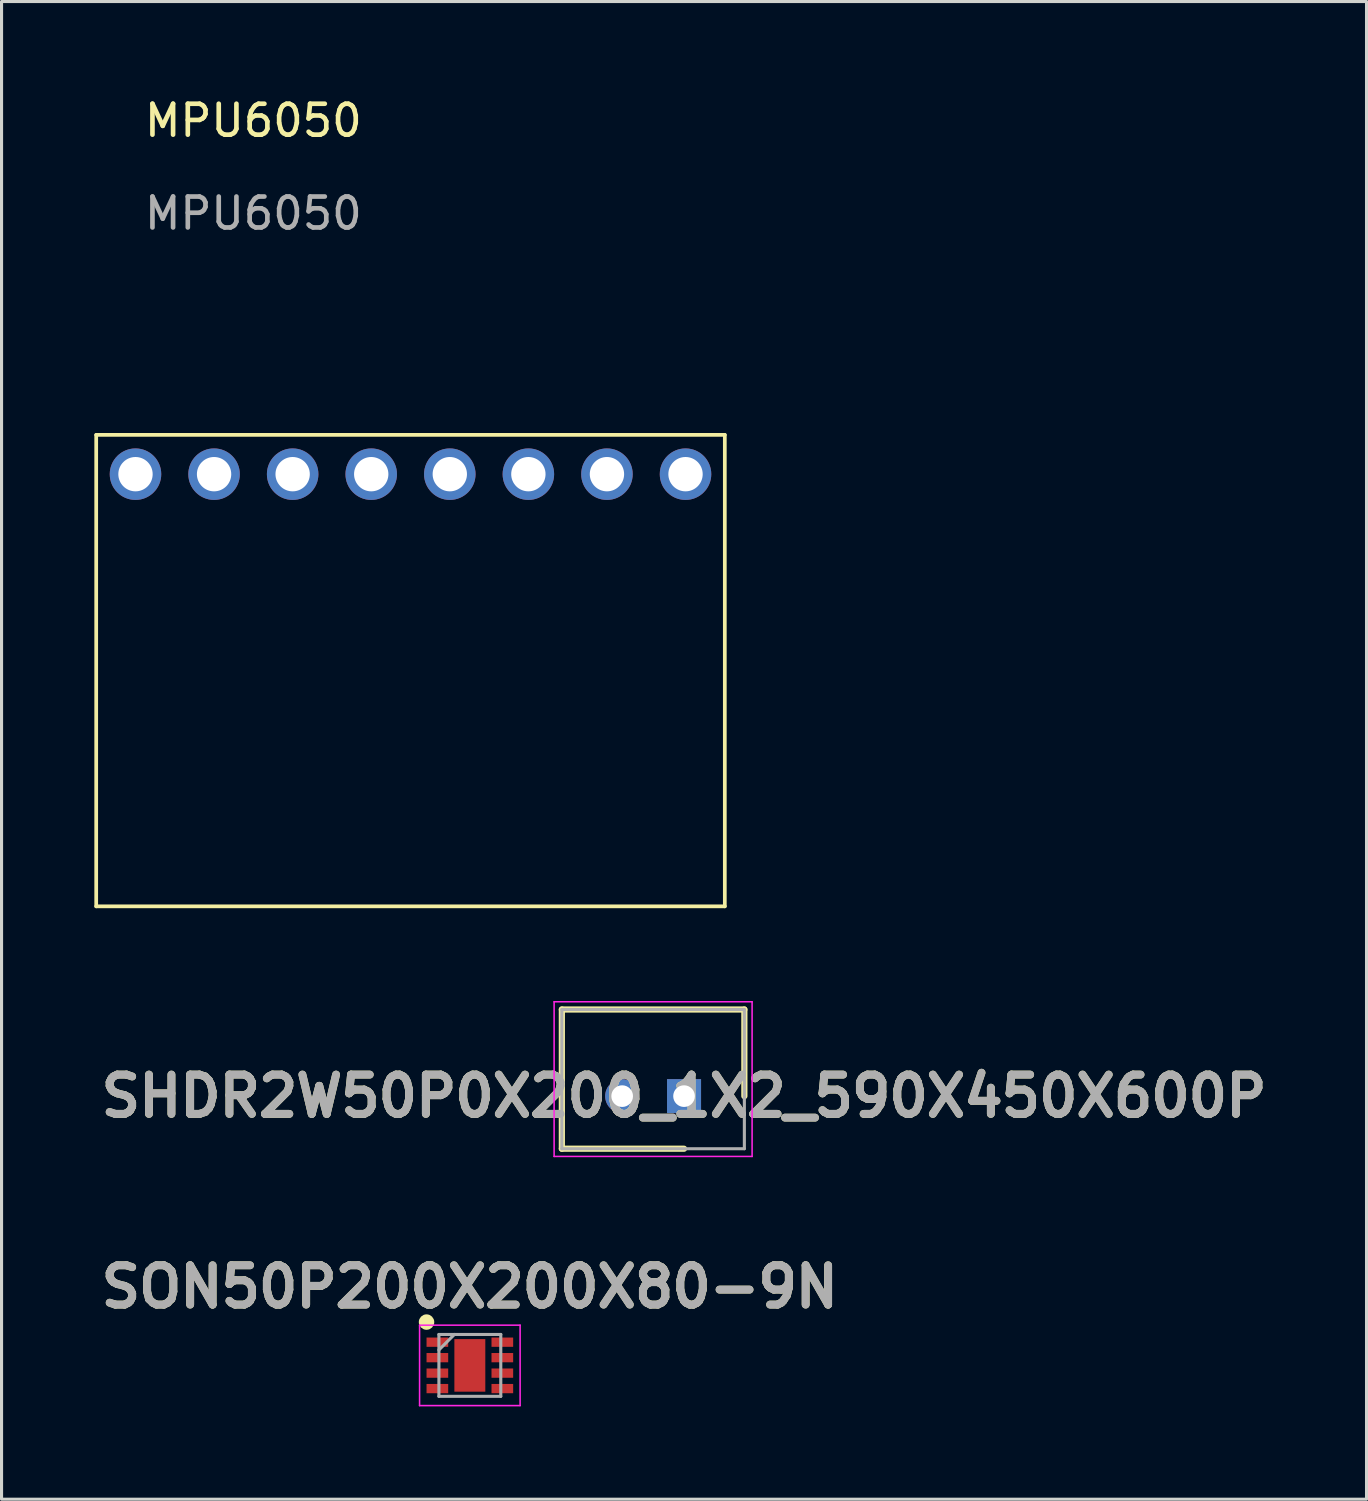
<source format=kicad_pcb>
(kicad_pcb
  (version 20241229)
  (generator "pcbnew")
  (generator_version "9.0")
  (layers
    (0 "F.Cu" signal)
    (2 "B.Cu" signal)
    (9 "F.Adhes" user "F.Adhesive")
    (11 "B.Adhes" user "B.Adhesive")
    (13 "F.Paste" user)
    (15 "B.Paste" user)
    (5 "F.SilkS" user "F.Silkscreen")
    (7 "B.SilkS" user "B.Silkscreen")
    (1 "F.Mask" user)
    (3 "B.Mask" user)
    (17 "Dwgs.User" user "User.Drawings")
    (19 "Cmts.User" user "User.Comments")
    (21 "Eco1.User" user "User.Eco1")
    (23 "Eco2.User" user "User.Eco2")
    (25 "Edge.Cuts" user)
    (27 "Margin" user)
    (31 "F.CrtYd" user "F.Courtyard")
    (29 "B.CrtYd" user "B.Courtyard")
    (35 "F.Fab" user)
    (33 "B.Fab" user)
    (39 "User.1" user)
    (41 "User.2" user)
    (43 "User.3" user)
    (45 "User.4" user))
  (footprint "MPU6050"
    (layer "F.Cu")
    (at 5.14 16.088)
    (property "Reference" "MPU6050" (at 0 -15.24 0) (unlocked yes) (layer "F.SilkS") (effects (font (size 1 1) (thickness 0.15))))
    (attr smd)
    (fp_line (start -5.08 -5.08) (end 15.24 -5.08) (stroke (width 0.12) (type solid)) (layer "F.SilkS"))
    (fp_line (start -5.08 10.16) (end -5.08 -5.08) (stroke (width 0.12) (type solid)) (layer "F.SilkS"))
    (fp_line (start 15.24 -5.08) (end 15.24 10.16) (stroke (width 0.12) (type solid)) (layer "F.SilkS"))
    (fp_line (start 15.24 10.16) (end -5.08 10.16) (stroke (width 0.12) (type solid)) (layer "F.SilkS"))
    (fp_text user "${REFERENCE}" (at 0 -12.24 0) (unlocked yes) (layer "F.Fab") (effects (font (size 1 1) (thickness 0.15))))
    (pad "1" thru_hole circle (at -3.81 -3.81) (size 1.665 1.665) (drill 1.11) (layers "*.Cu" "*.Mask"))
    (pad "2" thru_hole circle (at -1.27 -3.81) (size 1.665 1.665) (drill 1.11) (layers "*.Cu" "*.Mask"))
    (pad "3" thru_hole circle (at 1.27 -3.81) (size 1.665 1.665) (drill 1.11) (layers "*.Cu" "*.Mask"))
    (pad "4" thru_hole circle (at 3.81 -3.81) (size 1.665 1.665) (drill 1.11) (layers "*.Cu" "*.Mask"))
    (pad "5" thru_hole circle (at 6.35 -3.81) (size 1.665 1.665) (drill 1.11) (layers "*.Cu" "*.Mask"))
    (pad "6" thru_hole circle (at 8.89 -3.81) (size 1.665 1.665) (drill 1.11) (layers "*.Cu" "*.Mask"))
    (pad "7" thru_hole circle (at 11.43 -3.81) (size 1.665 1.665) (drill 1.11) (layers "*.Cu" "*.Mask"))
    (pad "8" thru_hole circle (at 13.97 -3.81) (size 1.665 1.665) (drill 1.11) (layers "*.Cu" "*.Mask")))
  (footprint "SON50P200X200X80-9N"
    (layer "F.Cu")
    (at 12.138 41.087)
    (property "Reference" "SON50P200X200X80-9N" (at 0 -2.54 0) (layer "F.SilkS") (effects (font (size 1.27 1.27) (thickness 0.254))))
    (attr smd)
    (fp_circle (center -1.4 -1.4) (end -1.4 -1.275) (stroke (width 0.25) (type solid)) (fill no) (layer "F.SilkS"))
    (fp_line (start -1.625 -1.3) (end 1.625 -1.3) (stroke (width 0.05) (type solid)) (layer "F.CrtYd"))
    (fp_line (start -1.625 1.3) (end -1.625 -1.3) (stroke (width 0.05) (type solid)) (layer "F.CrtYd"))
    (fp_line (start 1.625 -1.3) (end 1.625 1.3) (stroke (width 0.05) (type solid)) (layer "F.CrtYd"))
    (fp_line (start 1.625 1.3) (end -1.625 1.3) (stroke (width 0.05) (type solid)) (layer "F.CrtYd"))
    (fp_line (start -1 -1) (end 1 -1) (stroke (width 0.1) (type solid)) (layer "F.Fab"))
    (fp_line (start -1 -0.5) (end -0.5 -1) (stroke (width 0.1) (type solid)) (layer "F.Fab"))
    (fp_line (start -1 1) (end -1 -1) (stroke (width 0.1) (type solid)) (layer "F.Fab"))
    (fp_line (start 1 -1) (end 1 1) (stroke (width 0.1) (type solid)) (layer "F.Fab"))
    (fp_line (start 1 1) (end -1 1) (stroke (width 0.1) (type solid)) (layer "F.Fab"))
    (fp_text user "${REFERENCE}" (at 0 -2.54 0) (layer "F.Fab") (effects (font (size 1.27 1.27) (thickness 0.254))))
    (pad "1" smd rect (at -1.05 -0.75 90) (size 0.3 0.7) (layers "F.Cu" "F.Mask" "F.Paste"))
    (pad "2" smd rect (at -1.05 -0.25 90) (size 0.3 0.7) (layers "F.Cu" "F.Mask" "F.Paste"))
    (pad "3" smd rect (at -1.05 0.25 90) (size 0.3 0.7) (layers "F.Cu" "F.Mask" "F.Paste"))
    (pad "4" smd rect (at -1.05 0.75 90) (size 0.3 0.7) (layers "F.Cu" "F.Mask" "F.Paste"))
    (pad "5" smd rect (at 1.05 0.75 90) (size 0.3 0.7) (layers "F.Cu" "F.Mask" "F.Paste"))
    (pad "6" smd rect (at 1.05 0.25 90) (size 0.3 0.7) (layers "F.Cu" "F.Mask" "F.Paste"))
    (pad "7" smd rect (at 1.05 -0.25 90) (size 0.3 0.7) (layers "F.Cu" "F.Mask" "F.Paste"))
    (pad "8" smd rect (at 1.05 -0.75 90) (size 0.3 0.7) (layers "F.Cu" "F.Mask" "F.Paste"))
    (pad "9" smd rect (at 0 0) (size 1 1.7) (layers "F.Cu" "F.Mask" "F.Paste")))
  (footprint "SHDR2W50P0X200_1X2_590X450X600P"
    (layer "F.Cu")
    (at 19.062 32.383)
    (property "Reference" "SHDR2W50P0X200_1X2_590X450X600P" (at 0 0 0) (layer "F.SilkS") (effects (font (size 1.27 1.27) (thickness 0.254))))
    (attr through_hole)
    (fp_line (start -3.95 -2.8) (end 1.95 -2.8) (stroke (width 0.2) (type solid)) (layer "F.SilkS"))
    (fp_line (start -3.95 1.7) (end -3.95 -2.8) (stroke (width 0.2) (type solid)) (layer "F.SilkS"))
    (fp_line (start 0 1.7) (end -3.95 1.7) (stroke (width 0.2) (type solid)) (layer "F.SilkS"))
    (fp_line (start 1.95 -2.8) (end 1.95 0) (stroke (width 0.2) (type solid)) (layer "F.SilkS"))
    (fp_line (start -4.2 -3.05) (end 2.2 -3.05) (stroke (width 0.05) (type solid)) (layer "F.CrtYd"))
    (fp_line (start -4.2 1.95) (end -4.2 -3.05) (stroke (width 0.05) (type solid)) (layer "F.CrtYd"))
    (fp_line (start 2.2 -3.05) (end 2.2 1.95) (stroke (width 0.05) (type solid)) (layer "F.CrtYd"))
    (fp_line (start 2.2 1.95) (end -4.2 1.95) (stroke (width 0.05) (type solid)) (layer "F.CrtYd"))
    (fp_line (start -3.95 -2.8) (end 1.95 -2.8) (stroke (width 0.1) (type solid)) (layer "F.Fab"))
    (fp_line (start -3.95 1.7) (end -3.95 -2.8) (stroke (width 0.1) (type solid)) (layer "F.Fab"))
    (fp_line (start 1.95 -2.8) (end 1.95 1.7) (stroke (width 0.1) (type solid)) (layer "F.Fab"))
    (fp_line (start 1.95 1.7) (end -3.95 1.7) (stroke (width 0.1) (type solid)) (layer "F.Fab"))
    (fp_text user "${REFERENCE}" (at 0 0 0) (layer "F.Fab") (effects (font (size 1.27 1.27) (thickness 0.254))))
    (pad "1" thru_hole rect (at 0 0) (size 1.1 1.1) (drill 0.7) (layers "*.Cu" "*.Mask"))
    (pad "2" thru_hole circle (at -2 0) (size 1.1 1.1) (drill 0.7) (layers "*.Cu" "*.Mask")))
  (gr_rect
    (start -3 -3)
    (end 41.124 45.412)
    (stroke (width 0.1) (type default))
    (fill no)
    (layer "Edge.Cuts")))
</source>
